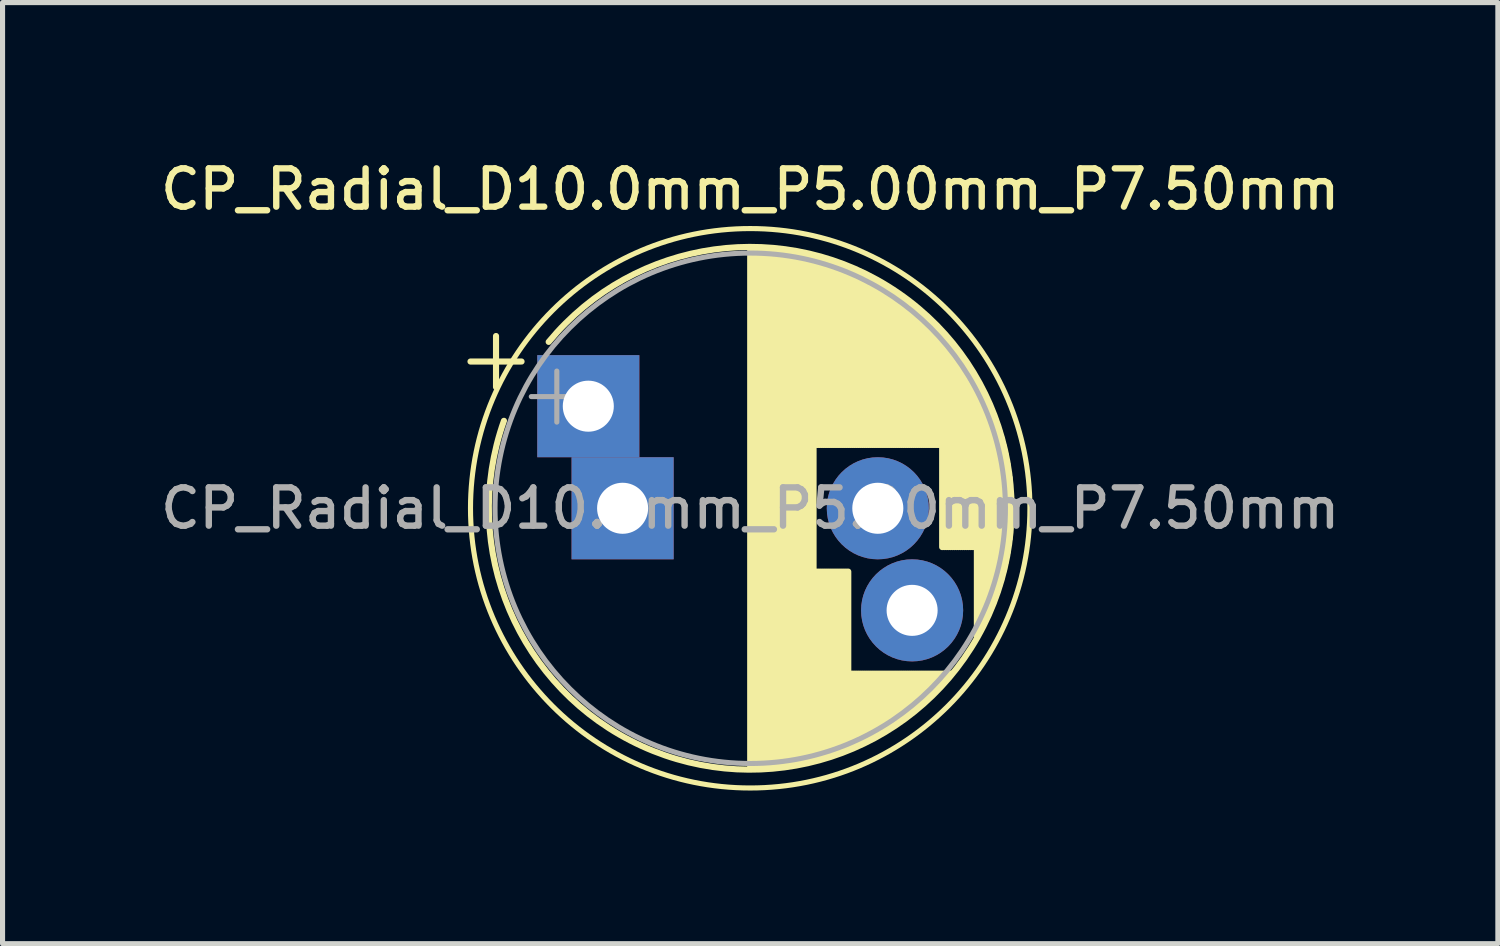
<source format=kicad_pcb>
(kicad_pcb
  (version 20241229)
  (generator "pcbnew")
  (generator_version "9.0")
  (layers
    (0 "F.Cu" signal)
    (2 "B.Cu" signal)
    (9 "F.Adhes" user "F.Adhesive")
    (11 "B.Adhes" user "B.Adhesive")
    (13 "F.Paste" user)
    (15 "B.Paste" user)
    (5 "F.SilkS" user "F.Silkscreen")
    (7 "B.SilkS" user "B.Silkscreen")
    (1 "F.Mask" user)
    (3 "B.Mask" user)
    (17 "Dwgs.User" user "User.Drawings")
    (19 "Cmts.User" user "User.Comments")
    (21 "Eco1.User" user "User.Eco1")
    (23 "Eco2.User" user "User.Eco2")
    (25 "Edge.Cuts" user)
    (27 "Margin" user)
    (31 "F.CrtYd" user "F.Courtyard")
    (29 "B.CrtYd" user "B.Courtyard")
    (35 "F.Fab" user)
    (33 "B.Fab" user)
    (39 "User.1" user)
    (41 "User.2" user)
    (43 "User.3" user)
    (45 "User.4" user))
  (footprint "CP_Radial_D10.0mm_P5.00mm_P7.50mm"
    (layer "F.Cu")
    (at 9.148 6.908)
    (property "Reference" "CP_Radial_D10.0mm_P5.00mm_P7.50mm" (at 2.5 -6.25 0) (layer "F.SilkS") (effects (font (size 0.75 0.75) (thickness 0.125))))
    (attr through_hole)
    (fp_line (start -2.98 -2.875) (end -1.98 -2.875) (stroke (width 0.12) (type solid)) (layer "F.SilkS"))
    (fp_line (start -2.48 -3.375) (end -2.48 -2.375) (stroke (width 0.12) (type solid)) (layer "F.SilkS"))
    (fp_line (start 2.5 -5.08) (end 2.5 5.08) (stroke (width 0.12) (type solid)) (layer "F.SilkS"))
    (fp_line (start 2.54 -5.08) (end 2.54 5.08) (stroke (width 0.12) (type solid)) (layer "F.SilkS"))
    (fp_line (start 2.58 -5.08) (end 2.58 5.08) (stroke (width 0.12) (type solid)) (layer "F.SilkS"))
    (fp_line (start 2.62 -5.079) (end 2.62 5.079) (stroke (width 0.12) (type solid)) (layer "F.SilkS"))
    (fp_line (start 2.66 -5.078) (end 2.66 5.078) (stroke (width 0.12) (type solid)) (layer "F.SilkS"))
    (fp_line (start 2.7 -5.077) (end 2.7 5.077) (stroke (width 0.12) (type solid)) (layer "F.SilkS"))
    (fp_line (start 2.74 -5.075) (end 2.74 5.075) (stroke (width 0.12) (type solid)) (layer "F.SilkS"))
    (fp_line (start 2.78 -5.073) (end 2.78 5.073) (stroke (width 0.12) (type solid)) (layer "F.SilkS"))
    (fp_line (start 2.82 -5.07) (end 2.82 5.07) (stroke (width 0.12) (type solid)) (layer "F.SilkS"))
    (fp_line (start 2.86 -5.068) (end 2.86 5.068) (stroke (width 0.12) (type solid)) (layer "F.SilkS"))
    (fp_line (start 2.9 -5.065) (end 2.9 5.065) (stroke (width 0.12) (type solid)) (layer "F.SilkS"))
    (fp_line (start 2.94 -5.062) (end 2.94 5.062) (stroke (width 0.12) (type solid)) (layer "F.SilkS"))
    (fp_line (start 2.98 -5.058) (end 2.98 5.058) (stroke (width 0.12) (type solid)) (layer "F.SilkS"))
    (fp_line (start 3.02 -5.054) (end 3.02 5.054) (stroke (width 0.12) (type solid)) (layer "F.SilkS"))
    (fp_line (start 3.06 -5.05) (end 3.06 5.05) (stroke (width 0.12) (type solid)) (layer "F.SilkS"))
    (fp_line (start 3.1 -5.045) (end 3.1 5.045) (stroke (width 0.12) (type solid)) (layer "F.SilkS"))
    (fp_line (start 3.14 -5.04) (end 3.14 5.04) (stroke (width 0.12) (type solid)) (layer "F.SilkS"))
    (fp_line (start 3.18 -5.035) (end 3.18 5.035) (stroke (width 0.12) (type solid)) (layer "F.SilkS"))
    (fp_line (start 3.221 -5.03) (end 3.221 5.03) (stroke (width 0.12) (type solid)) (layer "F.SilkS"))
    (fp_line (start 3.261 -5.024) (end 3.261 5.024) (stroke (width 0.12) (type solid)) (layer "F.SilkS"))
    (fp_line (start 3.301 -5.018) (end 3.301 5.018) (stroke (width 0.12) (type solid)) (layer "F.SilkS"))
    (fp_line (start 3.341 -5.011) (end 3.341 5.011) (stroke (width 0.12) (type solid)) (layer "F.SilkS"))
    (fp_line (start 3.381 -5.004) (end 3.381 5.004) (stroke (width 0.12) (type solid)) (layer "F.SilkS"))
    (fp_line (start 3.421 -4.997) (end 3.421 4.997) (stroke (width 0.12) (type solid)) (layer "F.SilkS"))
    (fp_line (start 3.461 -4.99) (end 3.461 4.99) (stroke (width 0.12) (type solid)) (layer "F.SilkS"))
    (fp_line (start 3.501 -4.982) (end 3.501 4.982) (stroke (width 0.12) (type solid)) (layer "F.SilkS"))
    (fp_line (start 3.541 -4.974) (end 3.541 4.974) (stroke (width 0.12) (type solid)) (layer "F.SilkS"))
    (fp_line (start 3.581 -4.965) (end 3.581 4.965) (stroke (width 0.12) (type solid)) (layer "F.SilkS"))
    (fp_line (start 3.621 -4.956) (end 3.621 4.956) (stroke (width 0.12) (type solid)) (layer "F.SilkS"))
    (fp_line (start 3.661 -4.947) (end 3.661 4.947) (stroke (width 0.12) (type solid)) (layer "F.SilkS"))
    (fp_line (start 3.701 -4.938) (end 3.701 4.938) (stroke (width 0.12) (type solid)) (layer "F.SilkS"))
    (fp_line (start 3.741 -4.928) (end 3.741 4.928) (stroke (width 0.12) (type solid)) (layer "F.SilkS"))
    (fp_line (start 3.781 -4.918) (end 3.781 -1.241) (stroke (width 0.12) (type solid)) (layer "F.SilkS"))
    (fp_line (start 3.781 1.241) (end 3.781 4.918) (stroke (width 0.12) (type solid)) (layer "F.SilkS"))
    (fp_line (start 3.821 -4.907) (end 3.821 -1.241) (stroke (width 0.12) (type solid)) (layer "F.SilkS"))
    (fp_line (start 3.821 1.241) (end 3.821 4.907) (stroke (width 0.12) (type solid)) (layer "F.SilkS"))
    (fp_line (start 3.861 -4.897) (end 3.861 -1.241) (stroke (width 0.12) (type solid)) (layer "F.SilkS"))
    (fp_line (start 3.861 1.241) (end 3.861 4.897) (stroke (width 0.12) (type solid)) (layer "F.SilkS"))
    (fp_line (start 3.901 -4.885) (end 3.901 -1.241) (stroke (width 0.12) (type solid)) (layer "F.SilkS"))
    (fp_line (start 3.901 1.241) (end 3.901 4.885) (stroke (width 0.12) (type solid)) (layer "F.SilkS"))
    (fp_line (start 3.941 -4.874) (end 3.941 -1.241) (stroke (width 0.12) (type solid)) (layer "F.SilkS"))
    (fp_line (start 3.941 1.241) (end 3.941 4.874) (stroke (width 0.12) (type solid)) (layer "F.SilkS"))
    (fp_line (start 3.981 -4.862) (end 3.981 -1.241) (stroke (width 0.12) (type solid)) (layer "F.SilkS"))
    (fp_line (start 3.981 1.241) (end 3.981 4.862) (stroke (width 0.12) (type solid)) (layer "F.SilkS"))
    (fp_line (start 4.021 -4.85) (end 4.021 -1.241) (stroke (width 0.12) (type solid)) (layer "F.SilkS"))
    (fp_line (start 4.021 1.241) (end 4.021 4.85) (stroke (width 0.12) (type solid)) (layer "F.SilkS"))
    (fp_line (start 4.061 -4.837) (end 4.061 -1.241) (stroke (width 0.12) (type solid)) (layer "F.SilkS"))
    (fp_line (start 4.061 1.241) (end 4.061 4.837) (stroke (width 0.12) (type solid)) (layer "F.SilkS"))
    (fp_line (start 4.101 -4.824) (end 4.101 -1.241) (stroke (width 0.12) (type solid)) (layer "F.SilkS"))
    (fp_line (start 4.101 1.241) (end 4.101 4.824) (stroke (width 0.12) (type solid)) (layer "F.SilkS"))
    (fp_line (start 4.141 -4.811) (end 4.141 -1.241) (stroke (width 0.12) (type solid)) (layer "F.SilkS"))
    (fp_line (start 4.141 1.241) (end 4.141 4.811) (stroke (width 0.12) (type solid)) (layer "F.SilkS"))
    (fp_line (start 4.181 -4.797) (end 4.181 -1.241) (stroke (width 0.12) (type solid)) (layer "F.SilkS"))
    (fp_line (start 4.181 1.241) (end 4.181 4.797) (stroke (width 0.12) (type solid)) (layer "F.SilkS"))
    (fp_line (start 4.221 -4.783) (end 4.221 -1.241) (stroke (width 0.12) (type solid)) (layer "F.SilkS"))
    (fp_line (start 4.221 1.241) (end 4.221 4.783) (stroke (width 0.12) (type solid)) (layer "F.SilkS"))
    (fp_line (start 4.261 -4.768) (end 4.261 -1.241) (stroke (width 0.12) (type solid)) (layer "F.SilkS"))
    (fp_line (start 4.261 1.241) (end 4.261 4.768) (stroke (width 0.12) (type solid)) (layer "F.SilkS"))
    (fp_line (start 4.301 -4.754) (end 4.301 -1.241) (stroke (width 0.12) (type solid)) (layer "F.SilkS"))
    (fp_line (start 4.301 1.241) (end 4.301 4.754) (stroke (width 0.12) (type solid)) (layer "F.SilkS"))
    (fp_line (start 4.341 -4.738) (end 4.341 -1.241) (stroke (width 0.12) (type solid)) (layer "F.SilkS"))
    (fp_line (start 4.341 1.241) (end 4.341 4.738) (stroke (width 0.12) (type solid)) (layer "F.SilkS"))
    (fp_line (start 4.381 -4.723) (end 4.381 -1.241) (stroke (width 0.12) (type solid)) (layer "F.SilkS"))
    (fp_line (start 4.381 1.241) (end 4.381 4.723) (stroke (width 0.12) (type solid)) (layer "F.SilkS"))
    (fp_line (start 4.421 -4.707) (end 4.421 -1.241) (stroke (width 0.12) (type solid)) (layer "F.SilkS"))
    (fp_line (start 4.421 1.241) (end 4.421 4.707) (stroke (width 0.12) (type solid)) (layer "F.SilkS"))
    (fp_line (start 4.461 -4.69) (end 4.461 -1.241) (stroke (width 0.12) (type solid)) (layer "F.SilkS"))
    (fp_line (start 4.461 3.24) (end 4.461 4.69) (stroke (width 0.12) (type solid)) (layer "F.SilkS"))
    (fp_line (start 4.501 -4.674) (end 4.501 -1.241) (stroke (width 0.12) (type solid)) (layer "F.SilkS"))
    (fp_line (start 4.501 3.24) (end 4.501 4.674) (stroke (width 0.12) (type solid)) (layer "F.SilkS"))
    (fp_line (start 4.541 -4.657) (end 4.541 -1.241) (stroke (width 0.12) (type solid)) (layer "F.SilkS"))
    (fp_line (start 4.541 3.24) (end 4.541 4.657) (stroke (width 0.12) (type solid)) (layer "F.SilkS"))
    (fp_line (start 4.581 -4.639) (end 4.581 -1.241) (stroke (width 0.12) (type solid)) (layer "F.SilkS"))
    (fp_line (start 4.581 3.24) (end 4.581 4.639) (stroke (width 0.12) (type solid)) (layer "F.SilkS"))
    (fp_line (start 4.621 -4.621) (end 4.621 -1.241) (stroke (width 0.12) (type solid)) (layer "F.SilkS"))
    (fp_line (start 4.621 3.24) (end 4.621 4.621) (stroke (width 0.12) (type solid)) (layer "F.SilkS"))
    (fp_line (start 4.661 -4.603) (end 4.661 -1.241) (stroke (width 0.12) (type solid)) (layer "F.SilkS"))
    (fp_line (start 4.661 3.24) (end 4.661 4.603) (stroke (width 0.12) (type solid)) (layer "F.SilkS"))
    (fp_line (start 4.701 -4.584) (end 4.701 -1.241) (stroke (width 0.12) (type solid)) (layer "F.SilkS"))
    (fp_line (start 4.701 3.24) (end 4.701 4.584) (stroke (width 0.12) (type solid)) (layer "F.SilkS"))
    (fp_line (start 4.741 -4.564) (end 4.741 -1.241) (stroke (width 0.12) (type solid)) (layer "F.SilkS"))
    (fp_line (start 4.741 3.24) (end 4.741 4.564) (stroke (width 0.12) (type solid)) (layer "F.SilkS"))
    (fp_line (start 4.781 -4.545) (end 4.781 -1.241) (stroke (width 0.12) (type solid)) (layer "F.SilkS"))
    (fp_line (start 4.781 3.24) (end 4.781 4.545) (stroke (width 0.12) (type solid)) (layer "F.SilkS"))
    (fp_line (start 4.821 -4.525) (end 4.821 -1.241) (stroke (width 0.12) (type solid)) (layer "F.SilkS"))
    (fp_line (start 4.821 3.24) (end 4.821 4.525) (stroke (width 0.12) (type solid)) (layer "F.SilkS"))
    (fp_line (start 4.861 -4.504) (end 4.861 -1.241) (stroke (width 0.12) (type solid)) (layer "F.SilkS"))
    (fp_line (start 4.861 3.24) (end 4.861 4.504) (stroke (width 0.12) (type solid)) (layer "F.SilkS"))
    (fp_line (start 4.901 -4.483) (end 4.901 -1.241) (stroke (width 0.12) (type solid)) (layer "F.SilkS"))
    (fp_line (start 4.901 3.24) (end 4.901 4.483) (stroke (width 0.12) (type solid)) (layer "F.SilkS"))
    (fp_line (start 4.941 -4.462) (end 4.941 -1.241) (stroke (width 0.12) (type solid)) (layer "F.SilkS"))
    (fp_line (start 4.941 3.24) (end 4.941 4.462) (stroke (width 0.12) (type solid)) (layer "F.SilkS"))
    (fp_line (start 4.981 -4.44) (end 4.981 -1.241) (stroke (width 0.12) (type solid)) (layer "F.SilkS"))
    (fp_line (start 4.981 3.24) (end 4.981 4.44) (stroke (width 0.12) (type solid)) (layer "F.SilkS"))
    (fp_line (start 5.021 -4.417) (end 5.021 -1.241) (stroke (width 0.12) (type solid)) (layer "F.SilkS"))
    (fp_line (start 5.021 3.24) (end 5.021 4.417) (stroke (width 0.12) (type solid)) (layer "F.SilkS"))
    (fp_line (start 5.061 -4.395) (end 5.061 -1.241) (stroke (width 0.12) (type solid)) (layer "F.SilkS"))
    (fp_line (start 5.061 3.24) (end 5.061 4.395) (stroke (width 0.12) (type solid)) (layer "F.SilkS"))
    (fp_line (start 5.101 -4.371) (end 5.101 -1.241) (stroke (width 0.12) (type solid)) (layer "F.SilkS"))
    (fp_line (start 5.101 3.24) (end 5.101 4.371) (stroke (width 0.12) (type solid)) (layer "F.SilkS"))
    (fp_line (start 5.141 -4.347) (end 5.141 -1.241) (stroke (width 0.12) (type solid)) (layer "F.SilkS"))
    (fp_line (start 5.141 3.24) (end 5.141 4.347) (stroke (width 0.12) (type solid)) (layer "F.SilkS"))
    (fp_line (start 5.181 -4.323) (end 5.181 -1.241) (stroke (width 0.12) (type solid)) (layer "F.SilkS"))
    (fp_line (start 5.181 3.24) (end 5.181 4.323) (stroke (width 0.12) (type solid)) (layer "F.SilkS"))
    (fp_line (start 5.221 -4.298) (end 5.221 -1.241) (stroke (width 0.12) (type solid)) (layer "F.SilkS"))
    (fp_line (start 5.221 3.24) (end 5.221 4.298) (stroke (width 0.12) (type solid)) (layer "F.SilkS"))
    (fp_line (start 5.261 -4.273) (end 5.261 -1.241) (stroke (width 0.12) (type solid)) (layer "F.SilkS"))
    (fp_line (start 5.261 3.24) (end 5.261 4.273) (stroke (width 0.12) (type solid)) (layer "F.SilkS"))
    (fp_line (start 5.301 -4.247) (end 5.301 -1.241) (stroke (width 0.12) (type solid)) (layer "F.SilkS"))
    (fp_line (start 5.301 3.24) (end 5.301 4.247) (stroke (width 0.12) (type solid)) (layer "F.SilkS"))
    (fp_line (start 5.341 -4.221) (end 5.341 -1.241) (stroke (width 0.12) (type solid)) (layer "F.SilkS"))
    (fp_line (start 5.341 3.24) (end 5.341 4.221) (stroke (width 0.12) (type solid)) (layer "F.SilkS"))
    (fp_line (start 5.381 -4.194) (end 5.381 -1.241) (stroke (width 0.12) (type solid)) (layer "F.SilkS"))
    (fp_line (start 5.381 3.24) (end 5.381 4.194) (stroke (width 0.12) (type solid)) (layer "F.SilkS"))
    (fp_line (start 5.421 -4.166) (end 5.421 -1.241) (stroke (width 0.12) (type solid)) (layer "F.SilkS"))
    (fp_line (start 5.421 3.24) (end 5.421 4.166) (stroke (width 0.12) (type solid)) (layer "F.SilkS"))
    (fp_line (start 5.461 -4.138) (end 5.461 -1.241) (stroke (width 0.12) (type solid)) (layer "F.SilkS"))
    (fp_line (start 5.461 3.24) (end 5.461 4.138) (stroke (width 0.12) (type solid)) (layer "F.SilkS"))
    (fp_line (start 5.501 -4.11) (end 5.501 -1.241) (stroke (width 0.12) (type solid)) (layer "F.SilkS"))
    (fp_line (start 5.501 3.24) (end 5.501 4.11) (stroke (width 0.12) (type solid)) (layer "F.SilkS"))
    (fp_line (start 5.541 -4.08) (end 5.541 -1.241) (stroke (width 0.12) (type solid)) (layer "F.SilkS"))
    (fp_line (start 5.541 3.24) (end 5.541 4.08) (stroke (width 0.12) (type solid)) (layer "F.SilkS"))
    (fp_line (start 5.581 -4.05) (end 5.581 -1.241) (stroke (width 0.12) (type solid)) (layer "F.SilkS"))
    (fp_line (start 5.581 3.24) (end 5.581 4.05) (stroke (width 0.12) (type solid)) (layer "F.SilkS"))
    (fp_line (start 5.621 -4.02) (end 5.621 -1.241) (stroke (width 0.12) (type solid)) (layer "F.SilkS"))
    (fp_line (start 5.621 3.24) (end 5.621 4.02) (stroke (width 0.12) (type solid)) (layer "F.SilkS"))
    (fp_line (start 5.661 -3.989) (end 5.661 -1.241) (stroke (width 0.12) (type solid)) (layer "F.SilkS"))
    (fp_line (start 5.661 3.24) (end 5.661 3.989) (stroke (width 0.12) (type solid)) (layer "F.SilkS"))
    (fp_line (start 5.701 -3.957) (end 5.701 -1.241) (stroke (width 0.12) (type solid)) (layer "F.SilkS"))
    (fp_line (start 5.701 3.24) (end 5.701 3.957) (stroke (width 0.12) (type solid)) (layer "F.SilkS"))
    (fp_line (start 5.741 -3.925) (end 5.741 -1.241) (stroke (width 0.12) (type solid)) (layer "F.SilkS"))
    (fp_line (start 5.741 3.24) (end 5.741 3.925) (stroke (width 0.12) (type solid)) (layer "F.SilkS"))
    (fp_line (start 5.781 -3.892) (end 5.781 -1.241) (stroke (width 0.12) (type solid)) (layer "F.SilkS"))
    (fp_line (start 5.781 3.24) (end 5.781 3.892) (stroke (width 0.12) (type solid)) (layer "F.SilkS"))
    (fp_line (start 5.821 -3.858) (end 5.821 -1.241) (stroke (width 0.12) (type solid)) (layer "F.SilkS"))
    (fp_line (start 5.821 3.24) (end 5.821 3.858) (stroke (width 0.12) (type solid)) (layer "F.SilkS"))
    (fp_line (start 5.861 -3.824) (end 5.861 -1.241) (stroke (width 0.12) (type solid)) (layer "F.SilkS"))
    (fp_line (start 5.861 3.24) (end 5.861 3.824) (stroke (width 0.12) (type solid)) (layer "F.SilkS"))
    (fp_line (start 5.901 -3.789) (end 5.901 -1.241) (stroke (width 0.12) (type solid)) (layer "F.SilkS"))
    (fp_line (start 5.901 3.24) (end 5.901 3.789) (stroke (width 0.12) (type solid)) (layer "F.SilkS"))
    (fp_line (start 5.941 -3.753) (end 5.941 -1.241) (stroke (width 0.12) (type solid)) (layer "F.SilkS"))
    (fp_line (start 5.941 3.24) (end 5.941 3.753) (stroke (width 0.12) (type solid)) (layer "F.SilkS"))
    (fp_line (start 5.981 -3.716) (end 5.981 -1.241) (stroke (width 0.12) (type solid)) (layer "F.SilkS"))
    (fp_line (start 5.981 3.24) (end 5.981 3.716) (stroke (width 0.12) (type solid)) (layer "F.SilkS"))
    (fp_line (start 6.021 -3.679) (end 6.021 -1.241) (stroke (width 0.12) (type solid)) (layer "F.SilkS"))
    (fp_line (start 6.021 3.24) (end 6.021 3.679) (stroke (width 0.12) (type solid)) (layer "F.SilkS"))
    (fp_line (start 6.061 -3.64) (end 6.061 -1.241) (stroke (width 0.12) (type solid)) (layer "F.SilkS"))
    (fp_line (start 6.061 3.24) (end 6.061 3.64) (stroke (width 0.12) (type solid)) (layer "F.SilkS"))
    (fp_line (start 6.101 -3.601) (end 6.101 -1.241) (stroke (width 0.12) (type solid)) (layer "F.SilkS"))
    (fp_line (start 6.101 3.24) (end 6.101 3.601) (stroke (width 0.12) (type solid)) (layer "F.SilkS"))
    (fp_line (start 6.141 -3.561) (end 6.141 -1.241) (stroke (width 0.12) (type solid)) (layer "F.SilkS"))
    (fp_line (start 6.141 3.24) (end 6.141 3.561) (stroke (width 0.12) (type solid)) (layer "F.SilkS"))
    (fp_line (start 6.181 -3.52) (end 6.181 -1.241) (stroke (width 0.12) (type solid)) (layer "F.SilkS"))
    (fp_line (start 6.181 3.24) (end 6.181 3.52) (stroke (width 0.12) (type solid)) (layer "F.SilkS"))
    (fp_line (start 6.221 -3.478) (end 6.221 -1.241) (stroke (width 0.12) (type solid)) (layer "F.SilkS"))
    (fp_line (start 6.221 3.24) (end 6.221 3.478) (stroke (width 0.12) (type solid)) (layer "F.SilkS"))
    (fp_line (start 6.261 -3.436) (end 6.261 0.76) (stroke (width 0.12) (type solid)) (layer "F.SilkS"))
    (fp_line (start 6.261 3.24) (end 6.261 3.436) (stroke (width 0.12) (type solid)) (layer "F.SilkS"))
    (fp_line (start 6.301 -3.392) (end 6.301 0.76) (stroke (width 0.12) (type solid)) (layer "F.SilkS"))
    (fp_line (start 6.301 3.24) (end 6.301 3.392) (stroke (width 0.12) (type solid)) (layer "F.SilkS"))
    (fp_line (start 6.341 -3.347) (end 6.341 0.76) (stroke (width 0.12) (type solid)) (layer "F.SilkS"))
    (fp_line (start 6.341 3.24) (end 6.341 3.347) (stroke (width 0.12) (type solid)) (layer "F.SilkS"))
    (fp_line (start 6.381 -3.301) (end 6.381 0.76) (stroke (width 0.12) (type solid)) (layer "F.SilkS"))
    (fp_line (start 6.381 3.24) (end 6.381 3.301) (stroke (width 0.12) (type solid)) (layer "F.SilkS"))
    (fp_line (start 6.421 -3.254) (end 6.421 0.76) (stroke (width 0.12) (type solid)) (layer "F.SilkS"))
    (fp_line (start 6.421 3.24) (end 6.421 3.254) (stroke (width 0.12) (type solid)) (layer "F.SilkS"))
    (fp_line (start 6.461 -3.206) (end 6.461 0.76) (stroke (width 0.12) (type solid)) (layer "F.SilkS"))
    (fp_line (start 6.501 -3.156) (end 6.501 0.76) (stroke (width 0.12) (type solid)) (layer "F.SilkS"))
    (fp_line (start 6.541 -3.106) (end 6.541 0.76) (stroke (width 0.12) (type solid)) (layer "F.SilkS"))
    (fp_line (start 6.581 -3.054) (end 6.581 0.76) (stroke (width 0.12) (type solid)) (layer "F.SilkS"))
    (fp_line (start 6.621 -3) (end 6.621 0.76) (stroke (width 0.12) (type solid)) (layer "F.SilkS"))
    (fp_line (start 6.661 -2.945) (end 6.661 0.76) (stroke (width 0.12) (type solid)) (layer "F.SilkS"))
    (fp_line (start 6.701 -2.889) (end 6.701 0.76) (stroke (width 0.12) (type solid)) (layer "F.SilkS"))
    (fp_line (start 6.741 -2.83) (end 6.741 0.76) (stroke (width 0.12) (type solid)) (layer "F.SilkS"))
    (fp_line (start 6.781 -2.77) (end 6.781 0.76) (stroke (width 0.12) (type solid)) (layer "F.SilkS"))
    (fp_line (start 6.821 -2.709) (end 6.821 0.76) (stroke (width 0.12) (type solid)) (layer "F.SilkS"))
    (fp_line (start 6.861 -2.645) (end 6.861 0.76) (stroke (width 0.12) (type solid)) (layer "F.SilkS"))
    (fp_line (start 6.901 -2.579) (end 6.901 0.76) (stroke (width 0.12) (type solid)) (layer "F.SilkS"))
    (fp_line (start 6.941 -2.51) (end 6.941 2.51) (stroke (width 0.12) (type solid)) (layer "F.SilkS"))
    (fp_line (start 6.981 -2.439) (end 6.981 2.439) (stroke (width 0.12) (type solid)) (layer "F.SilkS"))
    (fp_line (start 7.021 -2.365) (end 7.021 2.365) (stroke (width 0.12) (type solid)) (layer "F.SilkS"))
    (fp_line (start 7.061 -2.289) (end 7.061 2.289) (stroke (width 0.12) (type solid)) (layer "F.SilkS"))
    (fp_line (start 7.101 -2.209) (end 7.101 2.209) (stroke (width 0.12) (type solid)) (layer "F.SilkS"))
    (fp_line (start 7.141 -2.125) (end 7.141 2.125) (stroke (width 0.12) (type solid)) (layer "F.SilkS"))
    (fp_line (start 7.181 -2.037) (end 7.181 2.037) (stroke (width 0.12) (type solid)) (layer "F.SilkS"))
    (fp_line (start 7.221 -1.944) (end 7.221 1.944) (stroke (width 0.12) (type solid)) (layer "F.SilkS"))
    (fp_line (start 7.261 -1.846) (end 7.261 1.846) (stroke (width 0.12) (type solid)) (layer "F.SilkS"))
    (fp_line (start 7.301 -1.742) (end 7.301 1.742) (stroke (width 0.12) (type solid)) (layer "F.SilkS"))
    (fp_line (start 7.341 -1.63) (end 7.341 1.63) (stroke (width 0.12) (type solid)) (layer "F.SilkS"))
    (fp_line (start 7.381 -1.51) (end 7.381 1.51) (stroke (width 0.12) (type solid)) (layer "F.SilkS"))
    (fp_line (start 7.421 -1.378) (end 7.421 1.378) (stroke (width 0.12) (type solid)) (layer "F.SilkS"))
    (fp_line (start 7.461 -1.23) (end 7.461 1.23) (stroke (width 0.12) (type solid)) (layer "F.SilkS"))
    (fp_line (start 7.501 -1.062) (end 7.501 1.062) (stroke (width 0.12) (type solid)) (layer "F.SilkS"))
    (fp_line (start 7.541 -0.862) (end 7.541 0.862) (stroke (width 0.12) (type solid)) (layer "F.SilkS"))
    (fp_line (start 7.581 -0.599) (end 7.581 0.599) (stroke (width 0.12) (type solid)) (layer "F.SilkS"))
    (fp_arc (start -1.448012 -3.26) (mid 6.954126 2.524908) (end -2.324903 -1.713098) (stroke (width 0.12) (type solid)) (layer "F.SilkS"))
    (fp_circle (center 2.5 0) (end 7.98 0) (stroke (width 0.1) (type solid)) (fill no) (layer "F.SilkS"))
    (fp_line (start -1.789 -2.188) (end -0.789 -2.188) (stroke (width 0.1) (type solid)) (layer "F.Fab"))
    (fp_line (start -1.289 -2.688) (end -1.289 -1.688) (stroke (width 0.1) (type solid)) (layer "F.Fab"))
    (fp_circle (center 2.5 0) (end 7.5 0) (stroke (width 0.1) (type solid)) (fill no) (layer "F.Fab"))
    (fp_text user "${REFERENCE}" (at 2.5 0 0) (layer "F.Fab") (effects (font (size 0.75 0.75) (thickness 0.125))))
    (pad "1" thru_hole rect (at -0.672 -2) (size 2 2) (drill 1) (layers "*.Cu" "*.Mask"))
    (pad "1" thru_hole rect (at 0 0) (size 2 2) (drill 1) (layers "*.Cu" "*.Mask"))
    (pad "2" thru_hole circle (at 5 0) (size 2 2) (drill 1) (layers "*.Cu" "*.Mask"))
    (pad "2" thru_hole circle (at 5.672 2) (size 2 2) (drill 1) (layers "*.Cu" "*.Mask")))
  (gr_rect
    (start -3 -3)
    (end 26.296 15.438)
    (stroke (width 0.1) (type default))
    (fill no)
    (layer "Edge.Cuts")))
</source>
